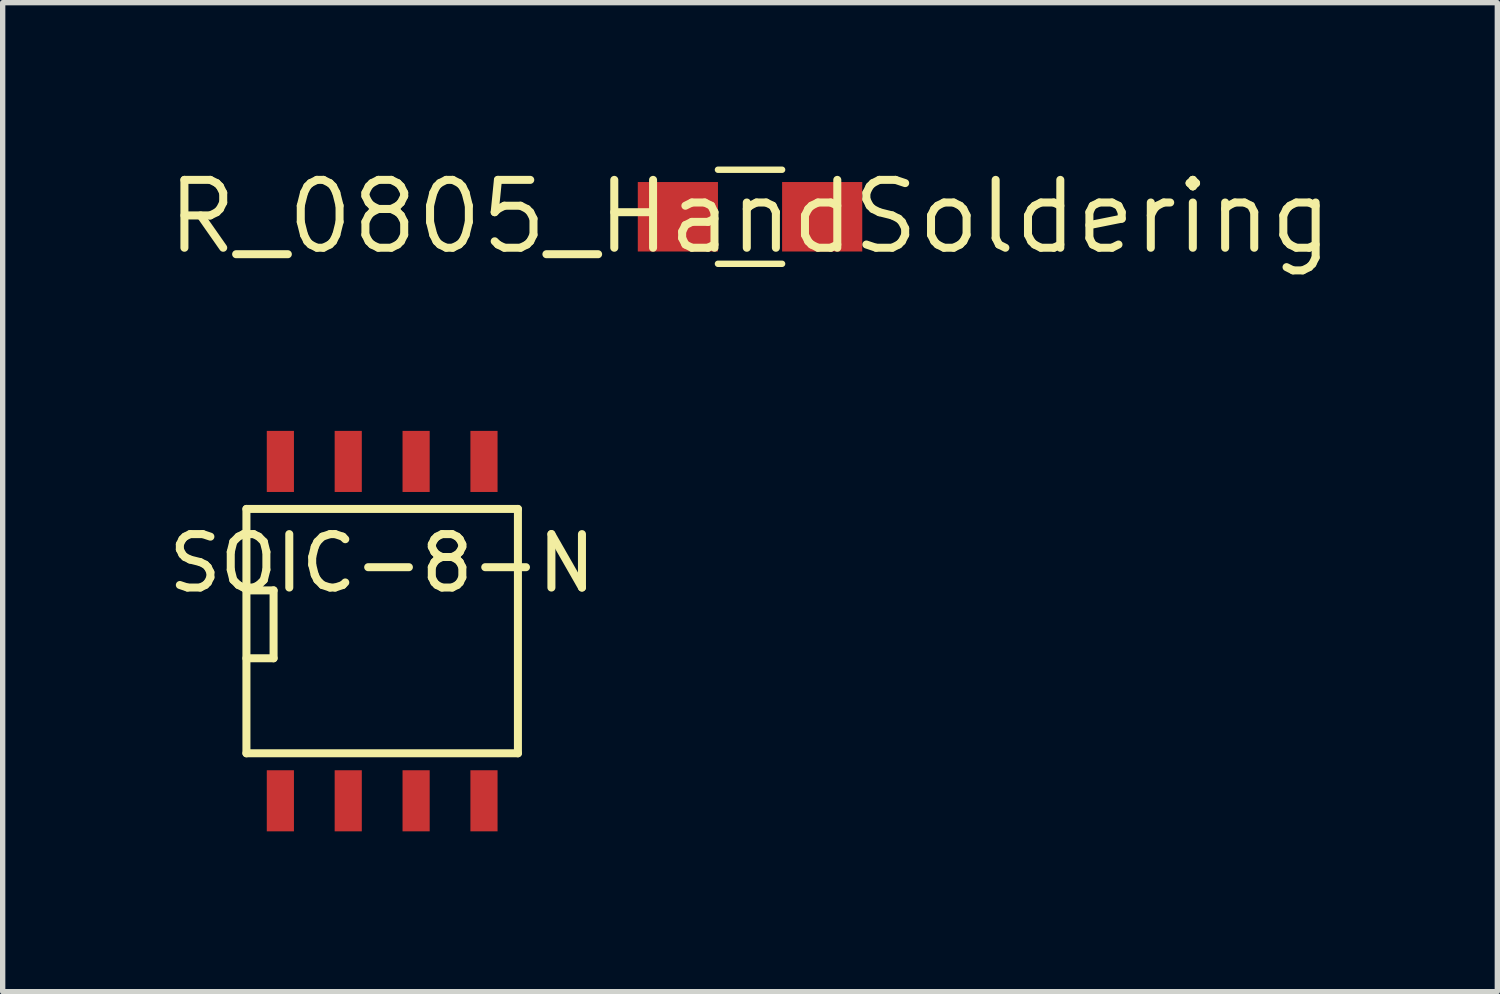
<source format=kicad_pcb>
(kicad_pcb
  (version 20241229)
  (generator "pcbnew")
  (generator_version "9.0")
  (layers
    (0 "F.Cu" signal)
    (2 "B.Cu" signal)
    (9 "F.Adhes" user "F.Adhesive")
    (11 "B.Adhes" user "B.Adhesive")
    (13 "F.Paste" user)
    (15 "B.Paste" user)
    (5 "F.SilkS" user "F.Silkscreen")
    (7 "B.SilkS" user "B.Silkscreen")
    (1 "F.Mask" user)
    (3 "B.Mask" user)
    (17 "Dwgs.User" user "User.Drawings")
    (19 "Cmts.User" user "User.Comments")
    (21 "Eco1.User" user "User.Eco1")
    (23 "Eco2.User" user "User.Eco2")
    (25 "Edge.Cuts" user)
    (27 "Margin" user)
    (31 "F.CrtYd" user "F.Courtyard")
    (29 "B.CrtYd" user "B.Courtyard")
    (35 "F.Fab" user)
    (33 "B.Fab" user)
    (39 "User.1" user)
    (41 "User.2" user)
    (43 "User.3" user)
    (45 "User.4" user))
  (footprint "SOIC-8-N"
    (layer "F.Cu")
    (at 4.101 8.759)
    (property "Reference" "SOIC-8-N" (at 0 -1.27 0) (layer "F.SilkS") (effects (font (size 1 1) (thickness 0.15))))
    (attr smd)
    (fp_line (start -2.54 -2.286) (end 2.54 -2.286) (stroke (width 0.15) (type solid)) (layer "F.SilkS"))
    (fp_line (start -2.54 -0.762) (end -2.032 -0.762) (stroke (width 0.15) (type solid)) (layer "F.SilkS"))
    (fp_line (start -2.54 2.286) (end -2.54 -2.286) (stroke (width 0.15) (type solid)) (layer "F.SilkS"))
    (fp_line (start -2.032 -0.762) (end -2.032 0.508) (stroke (width 0.15) (type solid)) (layer "F.SilkS"))
    (fp_line (start -2.032 0.508) (end -2.54 0.508) (stroke (width 0.15) (type solid)) (layer "F.SilkS"))
    (fp_line (start 2.54 -2.286) (end 2.54 2.286) (stroke (width 0.15) (type solid)) (layer "F.SilkS"))
    (fp_line (start 2.54 2.286) (end -2.54 2.286) (stroke (width 0.15) (type solid)) (layer "F.SilkS"))
    (pad "1" smd rect (at -1.905 3.175) (size 0.508 1.143) (layers "F.Cu" "F.Mask" "F.Paste"))
    (pad "2" smd rect (at -0.635 3.175) (size 0.508 1.143) (layers "F.Cu" "F.Mask" "F.Paste"))
    (pad "3" smd rect (at 0.635 3.175) (size 0.508 1.143) (layers "F.Cu" "F.Mask" "F.Paste"))
    (pad "4" smd rect (at 1.905 3.175) (size 0.508 1.143) (layers "F.Cu" "F.Mask" "F.Paste"))
    (pad "5" smd rect (at 1.905 -3.175) (size 0.508 1.143) (layers "F.Cu" "F.Mask" "F.Paste"))
    (pad "6" smd rect (at 0.635 -3.175) (size 0.508 1.143) (layers "F.Cu" "F.Mask" "F.Paste"))
    (pad "7" smd rect (at -0.635 -3.175) (size 0.508 1.143) (layers "F.Cu" "F.Mask" "F.Paste"))
    (pad "8" smd rect (at -1.905 -3.175) (size 0.508 1.143) (layers "F.Cu" "F.Mask" "F.Paste")))
  (footprint "R_0805_HandSoldering"
    (layer "F.Cu")
    (at 10.984 1.006)
    (property "Reference" "R_0805_HandSoldering" (at 0 0 0) (layer "F.SilkS") (effects (font (size 1.27 1.27) (thickness 0.15))))
    (attr smd)
    (fp_line (start -0.6 -0.88) (end 0.6 -0.88) (stroke (width 0.12) (type solid)) (layer "F.SilkS"))
    (fp_line (start 0.6 0.88) (end -0.6 0.88) (stroke (width 0.12) (type solid)) (layer "F.SilkS"))
    (pad "1" smd rect (at -1.35 0) (size 1.5 1.3) (layers "F.Cu" "F.Mask" "F.Paste"))
    (pad "2" smd rect (at 1.35 0) (size 1.5 1.3) (layers "F.Cu" "F.Mask" "F.Paste")))
  (gr_rect
    (start -3 -3)
    (end 24.967 15.505)
    (stroke (width 0.1) (type default))
    (fill no)
    (layer "Edge.Cuts")))
</source>
